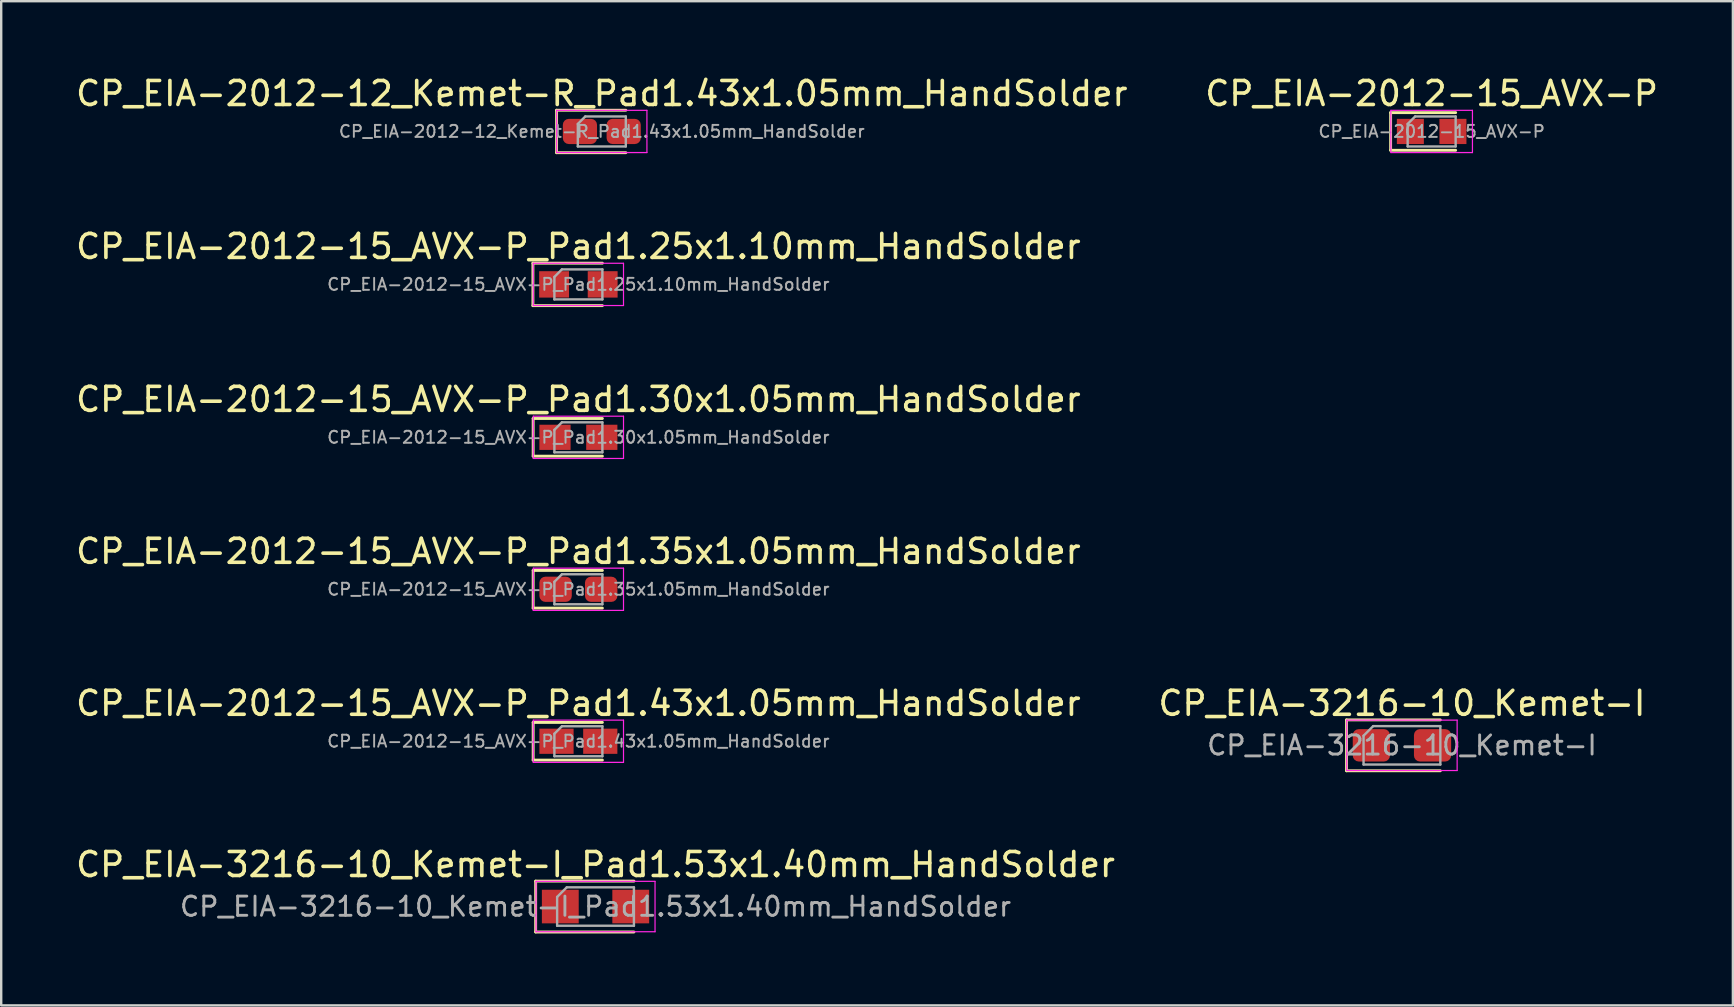
<source format=kicad_pcb>
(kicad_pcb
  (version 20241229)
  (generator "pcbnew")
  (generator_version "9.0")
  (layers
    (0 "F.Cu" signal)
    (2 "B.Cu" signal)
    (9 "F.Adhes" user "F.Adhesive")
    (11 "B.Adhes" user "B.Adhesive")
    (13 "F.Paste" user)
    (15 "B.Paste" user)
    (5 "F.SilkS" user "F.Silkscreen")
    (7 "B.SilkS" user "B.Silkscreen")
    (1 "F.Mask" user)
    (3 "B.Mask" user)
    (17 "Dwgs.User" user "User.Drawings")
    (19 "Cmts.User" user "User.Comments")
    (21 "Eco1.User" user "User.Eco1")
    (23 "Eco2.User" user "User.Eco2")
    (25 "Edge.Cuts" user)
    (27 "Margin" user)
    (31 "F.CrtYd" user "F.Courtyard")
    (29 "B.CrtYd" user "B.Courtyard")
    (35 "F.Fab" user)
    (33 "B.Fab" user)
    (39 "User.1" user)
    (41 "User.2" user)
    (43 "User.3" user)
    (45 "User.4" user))
  (footprint "CP_EIA-2012-15_AVX-P_Pad1.25x1.10mm_HandSolder"
    (layer "F.Cu")
    (at 21.054 8.802)
    (property "Reference" "CP_EIA-2012-15_AVX-P_Pad1.25x1.10mm_HandSolder" (at 0 -1.58 0) (layer "F.SilkS") (effects (font (size 1 1) (thickness 0.15))))
    (attr smd)
    (fp_line (start -1.895 -0.885) (end -1.895 0.885) (stroke (width 0.12) (type solid)) (layer "F.SilkS"))
    (fp_line (start -1.895 0.885) (end 1 0.885) (stroke (width 0.12) (type solid)) (layer "F.SilkS"))
    (fp_line (start 1 -0.885) (end -1.895 -0.885) (stroke (width 0.12) (type solid)) (layer "F.SilkS"))
    (fp_line (start -1.88 -0.88) (end 1.88 -0.88) (stroke (width 0.05) (type solid)) (layer "F.CrtYd"))
    (fp_line (start -1.88 0.88) (end -1.88 -0.88) (stroke (width 0.05) (type solid)) (layer "F.CrtYd"))
    (fp_line (start 1.88 -0.88) (end 1.88 0.88) (stroke (width 0.05) (type solid)) (layer "F.CrtYd"))
    (fp_line (start 1.88 0.88) (end -1.88 0.88) (stroke (width 0.05) (type solid)) (layer "F.CrtYd"))
    (fp_line (start -1 -0.312) (end -1 0.625) (stroke (width 0.1) (type solid)) (layer "F.Fab"))
    (fp_line (start -1 0.625) (end 1 0.625) (stroke (width 0.1) (type solid)) (layer "F.Fab"))
    (fp_line (start -0.688 -0.625) (end -1 -0.312) (stroke (width 0.1) (type solid)) (layer "F.Fab"))
    (fp_line (start 1 -0.625) (end -0.688 -0.625) (stroke (width 0.1) (type solid)) (layer "F.Fab"))
    (fp_line (start 1 0.625) (end 1 -0.625) (stroke (width 0.1) (type solid)) (layer "F.Fab"))
    (fp_text user "${REFERENCE}" (at 0 0 0) (layer "F.Fab") (effects (font (size 0.5 0.5) (thickness 0.08))))
    (pad "1" smd rect (at -1.012 0) (size 1.245 1.1) (layers "F.Cu" "F.Mask" "F.Paste"))
    (pad "2" smd rect (at 1.012 0) (size 1.245 1.1) (layers "F.Cu" "F.Mask" "F.Paste")))
  (footprint "CP_EIA-3216-10_Kemet-I"
    (layer "F.Cu")
    (at 55.375 28.011)
    (property "Reference" "CP_EIA-3216-10_Kemet-I" (at 0 -1.75 0) (layer "F.SilkS") (effects (font (size 1 1) (thickness 0.15))))
    (attr smd)
    (fp_line (start -2.31 -1.06) (end -2.31 1.06) (stroke (width 0.12) (type solid)) (layer "F.SilkS"))
    (fp_line (start -2.31 1.06) (end 1.6 1.06) (stroke (width 0.12) (type solid)) (layer "F.SilkS"))
    (fp_line (start 1.6 -1.06) (end -2.31 -1.06) (stroke (width 0.12) (type solid)) (layer "F.SilkS"))
    (fp_line (start -2.3 -1.05) (end 2.3 -1.05) (stroke (width 0.05) (type solid)) (layer "F.CrtYd"))
    (fp_line (start -2.3 1.05) (end -2.3 -1.05) (stroke (width 0.05) (type solid)) (layer "F.CrtYd"))
    (fp_line (start 2.3 -1.05) (end 2.3 1.05) (stroke (width 0.05) (type solid)) (layer "F.CrtYd"))
    (fp_line (start 2.3 1.05) (end -2.3 1.05) (stroke (width 0.05) (type solid)) (layer "F.CrtYd"))
    (fp_line (start -1.6 -0.4) (end -1.6 0.8) (stroke (width 0.1) (type solid)) (layer "F.Fab"))
    (fp_line (start -1.6 0.8) (end 1.6 0.8) (stroke (width 0.1) (type solid)) (layer "F.Fab"))
    (fp_line (start -1.2 -0.8) (end -1.6 -0.4) (stroke (width 0.1) (type solid)) (layer "F.Fab"))
    (fp_line (start 1.6 -0.8) (end -1.2 -0.8) (stroke (width 0.1) (type solid)) (layer "F.Fab"))
    (fp_line (start 1.6 0.8) (end 1.6 -0.8) (stroke (width 0.1) (type solid)) (layer "F.Fab"))
    (fp_text user "${REFERENCE}" (at 0 0 0) (layer "F.Fab") (effects (font (size 0.8 0.8) (thickness 0.12))))
    (pad "1" smd roundrect (at -1.275 0) (size 1.55 1.35) (layers "F.Cu" "F.Mask" "F.Paste") (roundrect_rratio 0.185))
    (pad "2" smd roundrect (at 1.275 0) (size 1.55 1.35) (layers "F.Cu" "F.Mask" "F.Paste") (roundrect_rratio 0.185)))
  (footprint "CP_EIA-2012-15_AVX-P_Pad1.43x1.05mm_HandSolder"
    (layer "F.Cu")
    (at 21.054 27.841)
    (property "Reference" "CP_EIA-2012-15_AVX-P_Pad1.43x1.05mm_HandSolder" (at 0 -1.58 0) (layer "F.SilkS") (effects (font (size 1 1) (thickness 0.15))))
    (attr smd)
    (fp_line (start -1.885 -0.785) (end -1.885 0.785) (stroke (width 0.12) (type solid)) (layer "F.SilkS"))
    (fp_line (start -1.885 0.785) (end 1 0.785) (stroke (width 0.12) (type solid)) (layer "F.SilkS"))
    (fp_line (start 1 -0.785) (end -1.885 -0.785) (stroke (width 0.12) (type solid)) (layer "F.SilkS"))
    (fp_line (start -1.88 -0.88) (end 1.88 -0.88) (stroke (width 0.05) (type solid)) (layer "F.CrtYd"))
    (fp_line (start -1.88 0.88) (end -1.88 -0.88) (stroke (width 0.05) (type solid)) (layer "F.CrtYd"))
    (fp_line (start 1.88 -0.88) (end 1.88 0.88) (stroke (width 0.05) (type solid)) (layer "F.CrtYd"))
    (fp_line (start 1.88 0.88) (end -1.88 0.88) (stroke (width 0.05) (type solid)) (layer "F.CrtYd"))
    (fp_line (start -1 -0.312) (end -1 0.625) (stroke (width 0.1) (type solid)) (layer "F.Fab"))
    (fp_line (start -1 0.625) (end 1 0.625) (stroke (width 0.1) (type solid)) (layer "F.Fab"))
    (fp_line (start -0.688 -0.625) (end -1 -0.312) (stroke (width 0.1) (type solid)) (layer "F.Fab"))
    (fp_line (start 1 -0.625) (end -0.688 -0.625) (stroke (width 0.1) (type solid)) (layer "F.Fab"))
    (fp_line (start 1 0.625) (end 1 -0.625) (stroke (width 0.1) (type solid)) (layer "F.Fab"))
    (fp_text user "${REFERENCE}" (at 0 0 0) (layer "F.Fab") (effects (font (size 0.5 0.5) (thickness 0.08))))
    (pad "1" smd rect (at -0.912 0) (size 1.425 1.05) (layers "F.Cu" "F.Mask" "F.Paste"))
    (pad "2" smd rect (at 0.912 0) (size 1.425 1.05) (layers "F.Cu" "F.Mask" "F.Paste")))
  (footprint "CP_EIA-2012-15_AVX-P_Pad1.30x1.05mm_HandSolder"
    (layer "F.Cu")
    (at 21.054 15.175)
    (property "Reference" "CP_EIA-2012-15_AVX-P_Pad1.30x1.05mm_HandSolder" (at 0 -1.58 0) (layer "F.SilkS") (effects (font (size 1 1) (thickness 0.15))))
    (attr smd)
    (fp_line (start -1.885 -0.785) (end -1.885 0.785) (stroke (width 0.12) (type solid)) (layer "F.SilkS"))
    (fp_line (start -1.885 0.785) (end 1 0.785) (stroke (width 0.12) (type solid)) (layer "F.SilkS"))
    (fp_line (start 1 -0.785) (end -1.885 -0.785) (stroke (width 0.12) (type solid)) (layer "F.SilkS"))
    (fp_line (start -1.88 -0.88) (end 1.88 -0.88) (stroke (width 0.05) (type solid)) (layer "F.CrtYd"))
    (fp_line (start -1.88 0.88) (end -1.88 -0.88) (stroke (width 0.05) (type solid)) (layer "F.CrtYd"))
    (fp_line (start 1.88 -0.88) (end 1.88 0.88) (stroke (width 0.05) (type solid)) (layer "F.CrtYd"))
    (fp_line (start 1.88 0.88) (end -1.88 0.88) (stroke (width 0.05) (type solid)) (layer "F.CrtYd"))
    (fp_line (start -1 -0.312) (end -1 0.625) (stroke (width 0.1) (type solid)) (layer "F.Fab"))
    (fp_line (start -1 0.625) (end 1 0.625) (stroke (width 0.1) (type solid)) (layer "F.Fab"))
    (fp_line (start -0.688 -0.625) (end -1 -0.312) (stroke (width 0.1) (type solid)) (layer "F.Fab"))
    (fp_line (start 1 -0.625) (end -0.688 -0.625) (stroke (width 0.1) (type solid)) (layer "F.Fab"))
    (fp_line (start 1 0.625) (end 1 -0.625) (stroke (width 0.1) (type solid)) (layer "F.Fab"))
    (fp_text user "${REFERENCE}" (at 0 0 0) (layer "F.Fab") (effects (font (size 0.5 0.5) (thickness 0.08))))
    (pad "1" smd rect (at -0.975 0) (size 1.3 1.05) (layers "F.Cu" "F.Mask" "F.Paste"))
    (pad "2" smd rect (at 0.975 0) (size 1.3 1.05) (layers "F.Cu" "F.Mask" "F.Paste")))
  (footprint "CP_EIA-2012-15_AVX-P_Pad1.35x1.05mm_HandSolder"
    (layer "F.Cu")
    (at 21.054 21.508)
    (property "Reference" "CP_EIA-2012-15_AVX-P_Pad1.35x1.05mm_HandSolder" (at 0 -1.58 0) (layer "F.SilkS") (effects (font (size 1 1) (thickness 0.15))))
    (attr smd)
    (fp_line (start -1.885 -0.785) (end -1.885 0.785) (stroke (width 0.12) (type solid)) (layer "F.SilkS"))
    (fp_line (start -1.885 0.785) (end 1 0.785) (stroke (width 0.12) (type solid)) (layer "F.SilkS"))
    (fp_line (start 1 -0.785) (end -1.885 -0.785) (stroke (width 0.12) (type solid)) (layer "F.SilkS"))
    (fp_line (start -1.88 -0.88) (end 1.88 -0.88) (stroke (width 0.05) (type solid)) (layer "F.CrtYd"))
    (fp_line (start -1.88 0.88) (end -1.88 -0.88) (stroke (width 0.05) (type solid)) (layer "F.CrtYd"))
    (fp_line (start 1.88 -0.88) (end 1.88 0.88) (stroke (width 0.05) (type solid)) (layer "F.CrtYd"))
    (fp_line (start 1.88 0.88) (end -1.88 0.88) (stroke (width 0.05) (type solid)) (layer "F.CrtYd"))
    (fp_line (start -1 -0.312) (end -1 0.625) (stroke (width 0.1) (type solid)) (layer "F.Fab"))
    (fp_line (start -1 0.625) (end 1 0.625) (stroke (width 0.1) (type solid)) (layer "F.Fab"))
    (fp_line (start -0.688 -0.625) (end -1 -0.312) (stroke (width 0.1) (type solid)) (layer "F.Fab"))
    (fp_line (start 1 -0.625) (end -0.688 -0.625) (stroke (width 0.1) (type solid)) (layer "F.Fab"))
    (fp_line (start 1 0.625) (end 1 -0.625) (stroke (width 0.1) (type solid)) (layer "F.Fab"))
    (fp_text user "${REFERENCE}" (at 0 0 0) (layer "F.Fab") (effects (font (size 0.5 0.5) (thickness 0.08))))
    (pad "1" smd roundrect (at -0.95 0) (size 1.35 1.05) (layers "F.Cu" "F.Mask" "F.Paste") (roundrect_rratio 0.238))
    (pad "2" smd roundrect (at 0.95 0) (size 1.35 1.05) (layers "F.Cu" "F.Mask" "F.Paste") (roundrect_rratio 0.238)))
  (footprint "CP_EIA-2012-12_Kemet-R_Pad1.43x1.05mm_HandSolder"
    (layer "F.Cu")
    (at 22.03 2.428)
    (property "Reference" "CP_EIA-2012-12_Kemet-R_Pad1.43x1.05mm_HandSolder" (at 0 -1.58 0) (layer "F.SilkS") (effects (font (size 1 1) (thickness 0.15))))
    (attr smd)
    (fp_line (start -1.885 -0.885) (end -1.885 0.885) (stroke (width 0.12) (type solid)) (layer "F.SilkS"))
    (fp_line (start -1.885 0.885) (end 1 0.885) (stroke (width 0.12) (type solid)) (layer "F.SilkS"))
    (fp_line (start 1 -0.885) (end -1.885 -0.885) (stroke (width 0.12) (type solid)) (layer "F.SilkS"))
    (fp_line (start -1.88 -0.88) (end 1.88 -0.88) (stroke (width 0.05) (type solid)) (layer "F.CrtYd"))
    (fp_line (start -1.88 0.88) (end -1.88 -0.88) (stroke (width 0.05) (type solid)) (layer "F.CrtYd"))
    (fp_line (start 1.88 -0.88) (end 1.88 0.88) (stroke (width 0.05) (type solid)) (layer "F.CrtYd"))
    (fp_line (start 1.88 0.88) (end -1.88 0.88) (stroke (width 0.05) (type solid)) (layer "F.CrtYd"))
    (fp_line (start -1 -0.312) (end -1 0.625) (stroke (width 0.1) (type solid)) (layer "F.Fab"))
    (fp_line (start -1 0.625) (end 1 0.625) (stroke (width 0.1) (type solid)) (layer "F.Fab"))
    (fp_line (start -0.688 -0.625) (end -1 -0.312) (stroke (width 0.1) (type solid)) (layer "F.Fab"))
    (fp_line (start 1 -0.625) (end -0.688 -0.625) (stroke (width 0.1) (type solid)) (layer "F.Fab"))
    (fp_line (start 1 0.625) (end 1 -0.625) (stroke (width 0.1) (type solid)) (layer "F.Fab"))
    (fp_text user "${REFERENCE}" (at 0 0 0) (layer "F.Fab") (effects (font (size 0.5 0.5) (thickness 0.08))))
    (pad "1" smd roundrect (at -0.912 0) (size 1.425 1.05) (layers "F.Cu" "F.Mask" "F.Paste") (roundrect_rratio 0.238))
    (pad "2" smd roundrect (at 0.912 0) (size 1.425 1.05) (layers "F.Cu" "F.Mask" "F.Paste") (roundrect_rratio 0.238)))
  (footprint "CP_EIA-3216-10_Kemet-I_Pad1.53x1.40mm_HandSolder"
    (layer "F.Cu")
    (at 21.768 34.73)
    (property "Reference" "CP_EIA-3216-10_Kemet-I_Pad1.53x1.40mm_HandSolder" (at 0 -1.75 0) (layer "F.SilkS") (effects (font (size 1 1) (thickness 0.15))))
    (attr smd)
    (fp_line (start -2.495 -1.06) (end -2.495 1.06) (stroke (width 0.12) (type solid)) (layer "F.SilkS"))
    (fp_line (start -2.495 1.06) (end 1.6 1.06) (stroke (width 0.12) (type solid)) (layer "F.SilkS"))
    (fp_line (start 1.6 -1.06) (end -2.495 -1.06) (stroke (width 0.12) (type solid)) (layer "F.SilkS"))
    (fp_line (start -2.48 -1.05) (end 2.48 -1.05) (stroke (width 0.05) (type solid)) (layer "F.CrtYd"))
    (fp_line (start -2.48 1.05) (end -2.48 -1.05) (stroke (width 0.05) (type solid)) (layer "F.CrtYd"))
    (fp_line (start 2.48 -1.05) (end 2.48 1.05) (stroke (width 0.05) (type solid)) (layer "F.CrtYd"))
    (fp_line (start 2.48 1.05) (end -2.48 1.05) (stroke (width 0.05) (type solid)) (layer "F.CrtYd"))
    (fp_line (start -1.6 -0.4) (end -1.6 0.8) (stroke (width 0.1) (type solid)) (layer "F.Fab"))
    (fp_line (start -1.6 0.8) (end 1.6 0.8) (stroke (width 0.1) (type solid)) (layer "F.Fab"))
    (fp_line (start -1.2 -0.8) (end -1.6 -0.4) (stroke (width 0.1) (type solid)) (layer "F.Fab"))
    (fp_line (start 1.6 -0.8) (end -1.2 -0.8) (stroke (width 0.1) (type solid)) (layer "F.Fab"))
    (fp_line (start 1.6 0.8) (end 1.6 -0.8) (stroke (width 0.1) (type solid)) (layer "F.Fab"))
    (fp_text user "${REFERENCE}" (at 0 0 0) (layer "F.Fab") (effects (font (size 0.8 0.8) (thickness 0.12))))
    (pad "1" smd rect (at -1.468 0) (size 1.535 1.4) (layers "F.Cu" "F.Mask" "F.Paste"))
    (pad "2" smd rect (at 1.468 0) (size 1.535 1.4) (layers "F.Cu" "F.Mask" "F.Paste")))
  (footprint "CP_EIA-2012-15_AVX-P"
    (layer "F.Cu")
    (at 56.613 2.428)
    (property "Reference" "CP_EIA-2012-15_AVX-P" (at 0 -1.58 0) (layer "F.SilkS") (effects (font (size 1 1) (thickness 0.15))))
    (attr smd)
    (fp_line (start -1.71 -0.785) (end -1.71 0.785) (stroke (width 0.12) (type solid)) (layer "F.SilkS"))
    (fp_line (start -1.71 0.785) (end 1 0.785) (stroke (width 0.12) (type solid)) (layer "F.SilkS"))
    (fp_line (start 1 -0.785) (end -1.71 -0.785) (stroke (width 0.12) (type solid)) (layer "F.SilkS"))
    (fp_line (start -1.7 -0.88) (end 1.7 -0.88) (stroke (width 0.05) (type solid)) (layer "F.CrtYd"))
    (fp_line (start -1.7 0.88) (end -1.7 -0.88) (stroke (width 0.05) (type solid)) (layer "F.CrtYd"))
    (fp_line (start 1.7 -0.88) (end 1.7 0.88) (stroke (width 0.05) (type solid)) (layer "F.CrtYd"))
    (fp_line (start 1.7 0.88) (end -1.7 0.88) (stroke (width 0.05) (type solid)) (layer "F.CrtYd"))
    (fp_line (start -1 -0.312) (end -1 0.625) (stroke (width 0.1) (type solid)) (layer "F.Fab"))
    (fp_line (start -1 0.625) (end 1 0.625) (stroke (width 0.1) (type solid)) (layer "F.Fab"))
    (fp_line (start -0.688 -0.625) (end -1 -0.312) (stroke (width 0.1) (type solid)) (layer "F.Fab"))
    (fp_line (start 1 -0.625) (end -0.688 -0.625) (stroke (width 0.1) (type solid)) (layer "F.Fab"))
    (fp_line (start 1 0.625) (end 1 -0.625) (stroke (width 0.1) (type solid)) (layer "F.Fab"))
    (fp_text user "${REFERENCE}" (at 0 0 0) (layer "F.Fab") (effects (font (size 0.5 0.5) (thickness 0.08))))
    (pad "1" smd rect (at -0.887 0) (size 1.125 1.05) (layers "F.Cu" "F.Mask" "F.Paste"))
    (pad "2" smd rect (at 0.887 0) (size 1.125 1.05) (layers "F.Cu" "F.Mask" "F.Paste")))
  (gr_rect
    (start -3 -3)
    (end 69.167 38.849)
    (stroke (width 0.1) (type default))
    (fill no)
    (layer "Edge.Cuts")))
</source>
